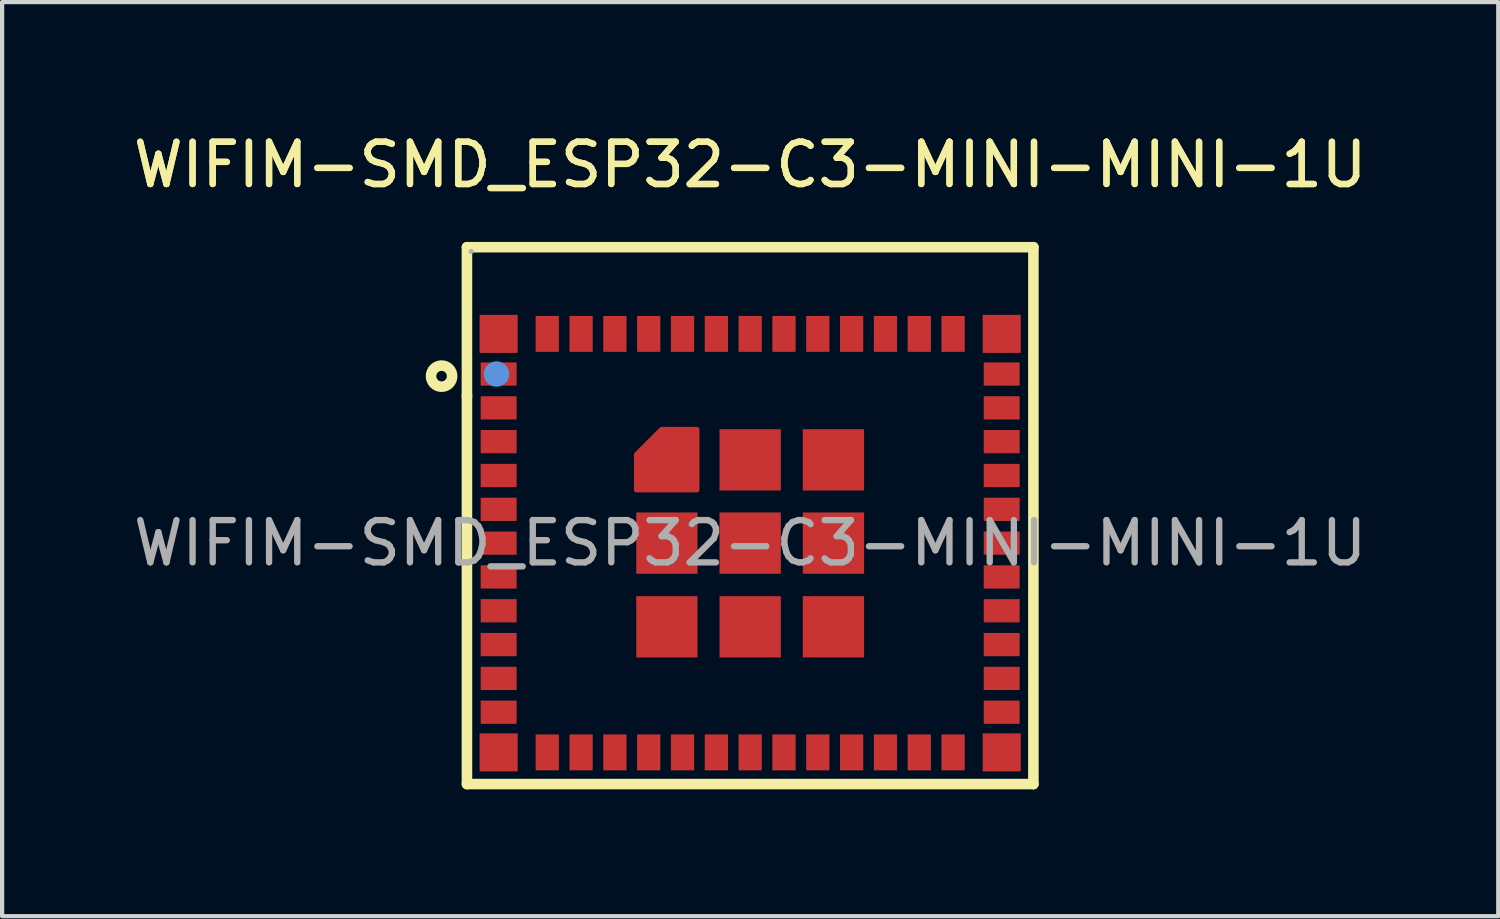
<source format=kicad_pcb>
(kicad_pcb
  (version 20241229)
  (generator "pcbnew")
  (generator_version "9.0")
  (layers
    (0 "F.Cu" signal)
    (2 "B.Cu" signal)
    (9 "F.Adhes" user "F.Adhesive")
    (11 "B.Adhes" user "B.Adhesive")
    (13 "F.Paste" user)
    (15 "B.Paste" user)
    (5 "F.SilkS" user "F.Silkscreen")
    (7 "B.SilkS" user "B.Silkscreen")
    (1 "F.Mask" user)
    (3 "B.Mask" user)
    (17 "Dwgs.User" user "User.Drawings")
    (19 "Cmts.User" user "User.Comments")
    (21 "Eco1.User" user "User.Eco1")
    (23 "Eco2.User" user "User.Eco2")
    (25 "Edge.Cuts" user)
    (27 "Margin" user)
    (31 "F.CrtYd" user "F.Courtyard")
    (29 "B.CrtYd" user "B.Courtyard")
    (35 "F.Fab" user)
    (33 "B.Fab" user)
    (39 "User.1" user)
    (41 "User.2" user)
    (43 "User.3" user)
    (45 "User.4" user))
  (footprint "WIFIM-SMD_ESP32-C3-MINI-MINI-1U"
    (layer "F.Cu")
    (at 14.696 9.798)
    (property "Reference" "WIFIM-SMD_ESP32-C3-MINI-MINI-1U" (at 0 -8.95 0) (layer "F.SilkS") (effects (font (size 1 1) (thickness 0.15))))
    (attr smd)
    (fp_line (start -6.7 -7) (end -6.7 -3.45) (stroke (width 0.25) (type solid)) (layer "F.SilkS"))
    (fp_line (start -6.7 -3.5) (end -6.7 5.7) (stroke (width 0.25) (type solid)) (layer "F.SilkS"))
    (fp_line (start -6.7 5.7) (end 6.7 5.7) (stroke (width 0.25) (type solid)) (layer "F.SilkS"))
    (fp_line (start 6.7 -7) (end -6.7 -7) (stroke (width 0.25) (type solid)) (layer "F.SilkS"))
    (fp_line (start 6.7 5.7) (end 6.7 -7) (stroke (width 0.25) (type solid)) (layer "F.SilkS"))
    (fp_circle (center -7.3 -3.95) (end -7.05 -3.95) (stroke (width 0.25) (type solid)) (fill no) (layer "F.SilkS"))
    (fp_circle (center -6 -4) (end -5.85 -4) (stroke (width 0.3) (type solid)) (fill no) (layer "Cmts.User"))
    (fp_circle (center -6.6 -6.9) (end -6.57 -6.9) (stroke (width 0.06) (type solid)) (fill no) (layer "F.Fab"))
    (fp_text user "${REFERENCE}" (at 0 -8.95 0) (layer "F.SilkS") (effects (font (size 1 1) (thickness 0.15))))
    (fp_text user "${REFERENCE}" (at 0 0 0) (layer "F.Fab") (effects (font (size 1 1) (thickness 0.15))))
    (pad "1" smd rect (at -5.95 -4) (size 0.85 0.55) (layers "F.Cu" "F.Mask" "F.Paste"))
    (pad "2" smd rect (at -5.95 -3.2) (size 0.85 0.55) (layers "F.Cu" "F.Mask" "F.Paste"))
    (pad "3" smd rect (at -5.95 -2.4) (size 0.85 0.55) (layers "F.Cu" "F.Mask" "F.Paste"))
    (pad "4" smd rect (at -5.95 -1.6) (size 0.85 0.55) (layers "F.Cu" "F.Mask" "F.Paste"))
    (pad "5" smd rect (at -5.95 -0.8) (size 0.85 0.55) (layers "F.Cu" "F.Mask" "F.Paste"))
    (pad "6" smd rect (at -5.95 0) (size 0.85 0.55) (layers "F.Cu" "F.Mask" "F.Paste"))
    (pad "7" smd rect (at -5.95 0.8) (size 0.85 0.55) (layers "F.Cu" "F.Mask" "F.Paste"))
    (pad "8" smd rect (at -5.95 1.6) (size 0.85 0.55) (layers "F.Cu" "F.Mask" "F.Paste"))
    (pad "9" smd rect (at -5.95 2.4) (size 0.85 0.55) (layers "F.Cu" "F.Mask" "F.Paste"))
    (pad "10" smd rect (at -5.95 3.2) (size 0.85 0.55) (layers "F.Cu" "F.Mask" "F.Paste"))
    (pad "11" smd rect (at -5.95 4) (size 0.85 0.55) (layers "F.Cu" "F.Mask" "F.Paste"))
    (pad "12" smd rect (at -4.8 4.95 90) (size 0.85 0.55) (layers "F.Cu" "F.Mask" "F.Paste"))
    (pad "13" smd rect (at -4 4.95 90) (size 0.85 0.55) (layers "F.Cu" "F.Mask" "F.Paste"))
    (pad "14" smd rect (at -3.2 4.95 90) (size 0.85 0.55) (layers "F.Cu" "F.Mask" "F.Paste"))
    (pad "15" smd rect (at -2.4 4.95 90) (size 0.85 0.55) (layers "F.Cu" "F.Mask" "F.Paste"))
    (pad "16" smd rect (at -1.6 4.95 90) (size 0.85 0.55) (layers "F.Cu" "F.Mask" "F.Paste"))
    (pad "17" smd rect (at -0.8 4.95 90) (size 0.85 0.55) (layers "F.Cu" "F.Mask" "F.Paste"))
    (pad "18" smd rect (at 0 4.95 90) (size 0.85 0.55) (layers "F.Cu" "F.Mask" "F.Paste"))
    (pad "19" smd rect (at 0.8 4.95 90) (size 0.85 0.55) (layers "F.Cu" "F.Mask" "F.Paste"))
    (pad "20" smd rect (at 1.6 4.95 90) (size 0.85 0.55) (layers "F.Cu" "F.Mask" "F.Paste"))
    (pad "21" smd rect (at 2.4 4.95 90) (size 0.85 0.55) (layers "F.Cu" "F.Mask" "F.Paste"))
    (pad "22" smd rect (at 3.2 4.95 90) (size 0.85 0.55) (layers "F.Cu" "F.Mask" "F.Paste"))
    (pad "23" smd rect (at 4 4.95 90) (size 0.85 0.55) (layers "F.Cu" "F.Mask" "F.Paste"))
    (pad "24" smd rect (at 4.8 4.95 90) (size 0.85 0.55) (layers "F.Cu" "F.Mask" "F.Paste"))
    (pad "25" smd rect (at 5.95 4 180) (size 0.85 0.55) (layers "F.Cu" "F.Mask" "F.Paste"))
    (pad "26" smd rect (at 5.95 3.2 180) (size 0.85 0.55) (layers "F.Cu" "F.Mask" "F.Paste"))
    (pad "27" smd rect (at 5.95 2.4 180) (size 0.85 0.55) (layers "F.Cu" "F.Mask" "F.Paste"))
    (pad "28" smd rect (at 5.95 1.6 180) (size 0.85 0.55) (layers "F.Cu" "F.Mask" "F.Paste"))
    (pad "29" smd rect (at 5.95 0.8 180) (size 0.85 0.55) (layers "F.Cu" "F.Mask" "F.Paste"))
    (pad "30" smd rect (at 5.95 0 180) (size 0.85 0.55) (layers "F.Cu" "F.Mask" "F.Paste"))
    (pad "31" smd rect (at 5.95 -0.8) (size 0.85 0.55) (layers "F.Cu" "F.Mask" "F.Paste"))
    (pad "32" smd rect (at 5.95 -1.6) (size 0.85 0.55) (layers "F.Cu" "F.Mask" "F.Paste"))
    (pad "33" smd rect (at 5.95 -2.4) (size 0.85 0.55) (layers "F.Cu" "F.Mask" "F.Paste"))
    (pad "34" smd rect (at 5.95 -3.2) (size 0.85 0.55) (layers "F.Cu" "F.Mask" "F.Paste"))
    (pad "35" smd rect (at 5.95 -4) (size 0.85 0.55) (layers "F.Cu" "F.Mask" "F.Paste"))
    (pad "36" smd rect (at 4.8 -4.95 90) (size 0.85 0.55) (layers "F.Cu" "F.Mask" "F.Paste"))
    (pad "37" smd rect (at 4 -4.95 90) (size 0.85 0.55) (layers "F.Cu" "F.Mask" "F.Paste"))
    (pad "38" smd rect (at 3.2 -4.95 90) (size 0.85 0.55) (layers "F.Cu" "F.Mask" "F.Paste"))
    (pad "39" smd rect (at 2.4 -4.95 90) (size 0.85 0.55) (layers "F.Cu" "F.Mask" "F.Paste"))
    (pad "40" smd rect (at 1.6 -4.95 90) (size 0.85 0.55) (layers "F.Cu" "F.Mask" "F.Paste"))
    (pad "41" smd rect (at 0.8 -4.95 90) (size 0.85 0.55) (layers "F.Cu" "F.Mask" "F.Paste"))
    (pad "42" smd rect (at 0 -4.95 90) (size 0.85 0.55) (layers "F.Cu" "F.Mask" "F.Paste"))
    (pad "43" smd rect (at -0.8 -4.95 90) (size 0.85 0.55) (layers "F.Cu" "F.Mask" "F.Paste"))
    (pad "44" smd rect (at -1.6 -4.95 90) (size 0.85 0.55) (layers "F.Cu" "F.Mask" "F.Paste"))
    (pad "45" smd rect (at -2.4 -4.95 90) (size 0.85 0.55) (layers "F.Cu" "F.Mask" "F.Paste"))
    (pad "46" smd rect (at -3.2 -4.95 90) (size 0.85 0.55) (layers "F.Cu" "F.Mask" "F.Paste"))
    (pad "47" smd rect (at -4 -4.95 90) (size 0.85 0.55) (layers "F.Cu" "F.Mask" "F.Paste"))
    (pad "48" smd rect (at -4.8 -4.95 90) (size 0.85 0.55) (layers "F.Cu" "F.Mask" "F.Paste"))
    (pad "49" smd rect (at 0 0) (size 1.45 1.45) (layers "F.Cu" "F.Mask" "F.Paste"))
    (pad "50" smd rect (at 5.95 -4.95) (size 0.9 0.9) (layers "F.Cu" "F.Mask" "F.Paste"))
    (pad "51" smd rect (at 5.95 4.95) (size 0.9 0.9) (layers "F.Cu" "F.Mask" "F.Paste"))
    (pad "52" smd rect (at -5.95 4.95) (size 0.9 0.9) (layers "F.Cu" "F.Mask" "F.Paste"))
    (pad "53" smd rect (at -5.95 -4.95) (size 0.9 0.9) (layers "F.Cu" "F.Mask" "F.Paste"))
    (pad "54" smd rect (at -1.97 0) (size 1.45 1.45) (layers "F.Cu" "F.Mask" "F.Paste"))
    (pad "55" smd custom (at -1.97 -1.98) (size 0.01 0.01) (layers "F.Cu" "F.Mask" "F.Paste") (options (anchor circle)) (primitives (gr_poly (pts (xy -0.73 -0.12) (xy -0.13 -0.72) (xy 0.72 -0.72) (xy 0.72 0.73) (xy -0.73 0.73)) (width 0.1) (fill yes))))
    (pad "56" smd rect (at 0 -1.97) (size 1.45 1.45) (layers "F.Cu" "F.Mask" "F.Paste"))
    (pad "57" smd rect (at 1.97 -1.97) (size 1.45 1.45) (layers "F.Cu" "F.Mask" "F.Paste"))
    (pad "58" smd rect (at 1.97 0) (size 1.45 1.45) (layers "F.Cu" "F.Mask" "F.Paste"))
    (pad "59" smd rect (at -1.97 1.98) (size 1.45 1.45) (layers "F.Cu" "F.Mask" "F.Paste"))
    (pad "60" smd rect (at 0 1.98) (size 1.45 1.45) (layers "F.Cu" "F.Mask" "F.Paste"))
    (pad "61" smd rect (at 1.97 1.98) (size 1.45 1.45) (layers "F.Cu" "F.Mask" "F.Paste")))
  (gr_rect
    (start -3 -3)
    (end 32.393 18.623)
    (stroke (width 0.1) (type default))
    (fill no)
    (layer "Edge.Cuts")))
</source>
